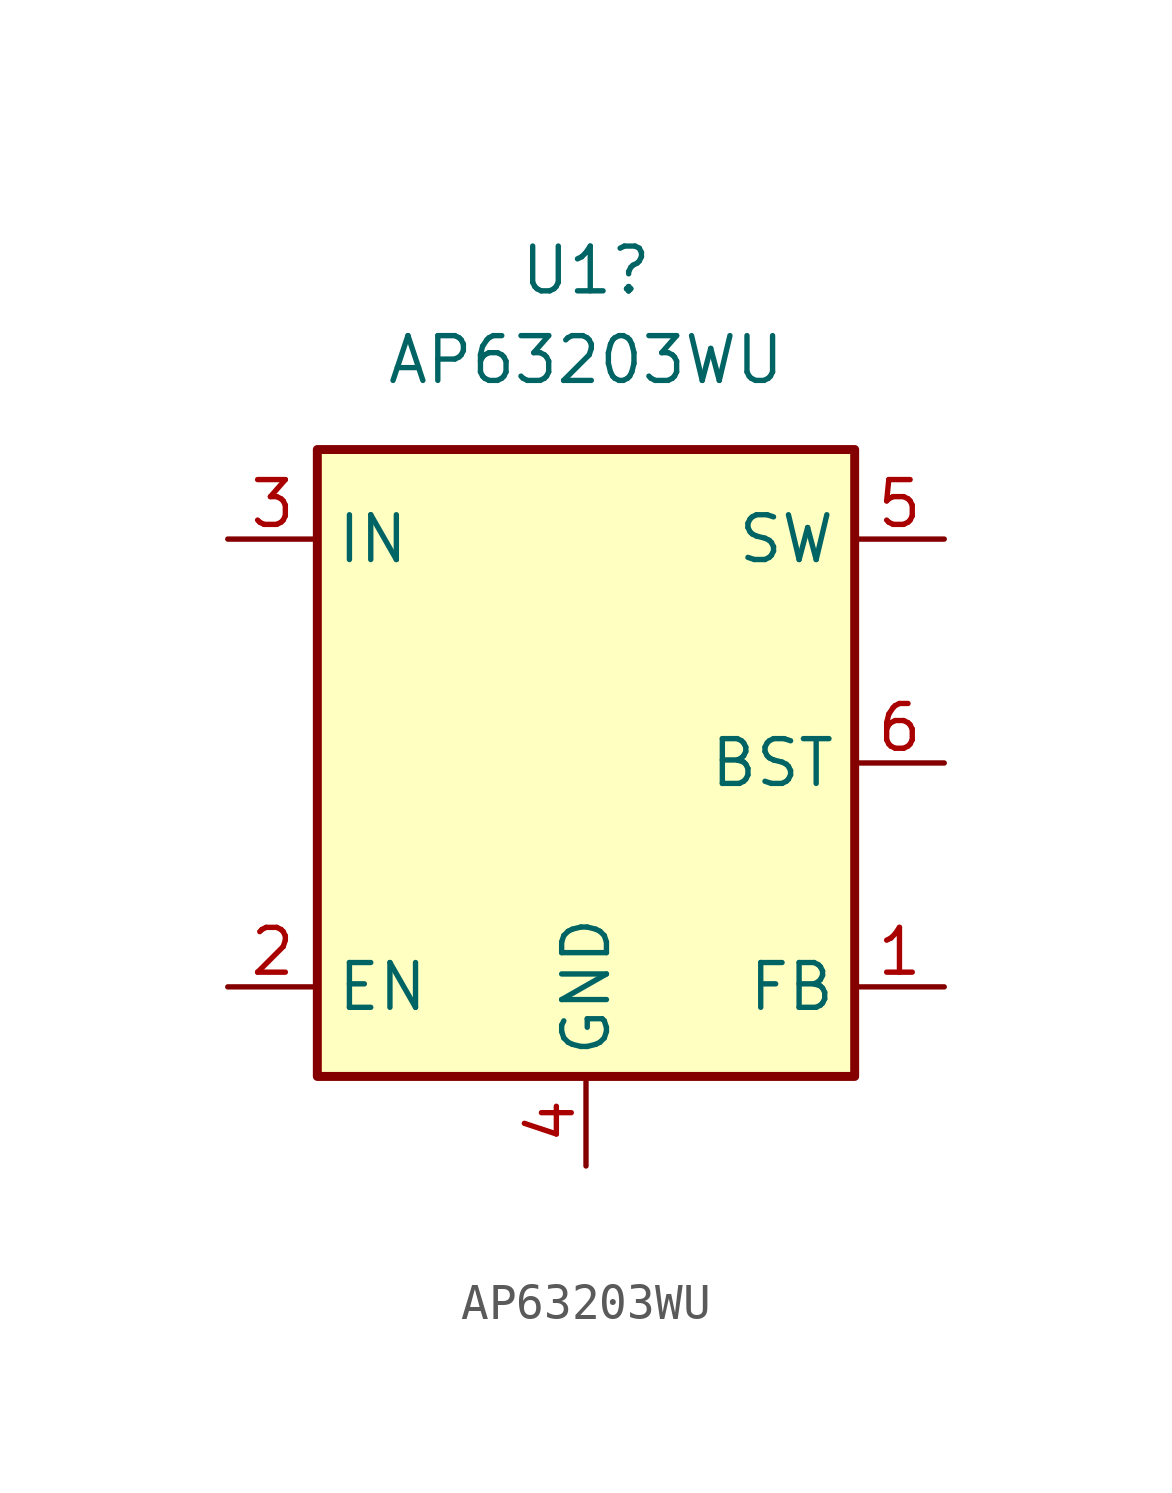
<source format=kicad_sym>
(kicad_symbol_lib
  (version 20241209)
  (generator "kicad_symbol_editor")
  (generator_version "9.0")
  (symbol "AP63203WU"
    (property "Reference" "U1"
      (at 0 10.16 0)
      (effects (font (size 1.27 1.27))))
    (property "Value" "AP63203WU"
      (at 0 7.62 0)
      (effects (font (size 1.27 1.27))))
    (symbol "AP63203WU_0_1"
      (rectangle (start -7.62 5.08) (end 7.62 -12.7) (stroke (width 0.254) (type default)) (fill (type background))))
    (symbol "AP63203WU_1_1"
      (pin power_in line (at -10.16 2.54 0) (length 2.54) (name "IN" (effects (font (size 1.27 1.27)))) (number "3" (effects (font (size 1.27 1.27)))))
      (pin input line (at -10.16 -10.16 0) (length 2.54) (name "EN" (effects (font (size 1.27 1.27)))) (number "2" (effects (font (size 1.27 1.27)))))
      (pin power_in line (at 0 -15.24 90) (length 2.54) (name "GND" (effects (font (size 1.27 1.27)))) (number "4" (effects (font (size 1.27 1.27)))))
      (pin power_out line (at 10.16 2.54 180) (length 2.54) (name "SW" (effects (font (size 1.27 1.27)))) (number "5" (effects (font (size 1.27 1.27)))))
      (pin passive line (at 10.16 -3.81 180) (length 2.54) (name "BST" (effects (font (size 1.27 1.27)))) (number "6" (effects (font (size 1.27 1.27)))))
      (pin input line (at 10.16 -10.16 180) (length 2.54) (name "FB" (effects (font (size 1.27 1.27)))) (number "1" (effects (font (size 1.27 1.27))))))))
</source>
